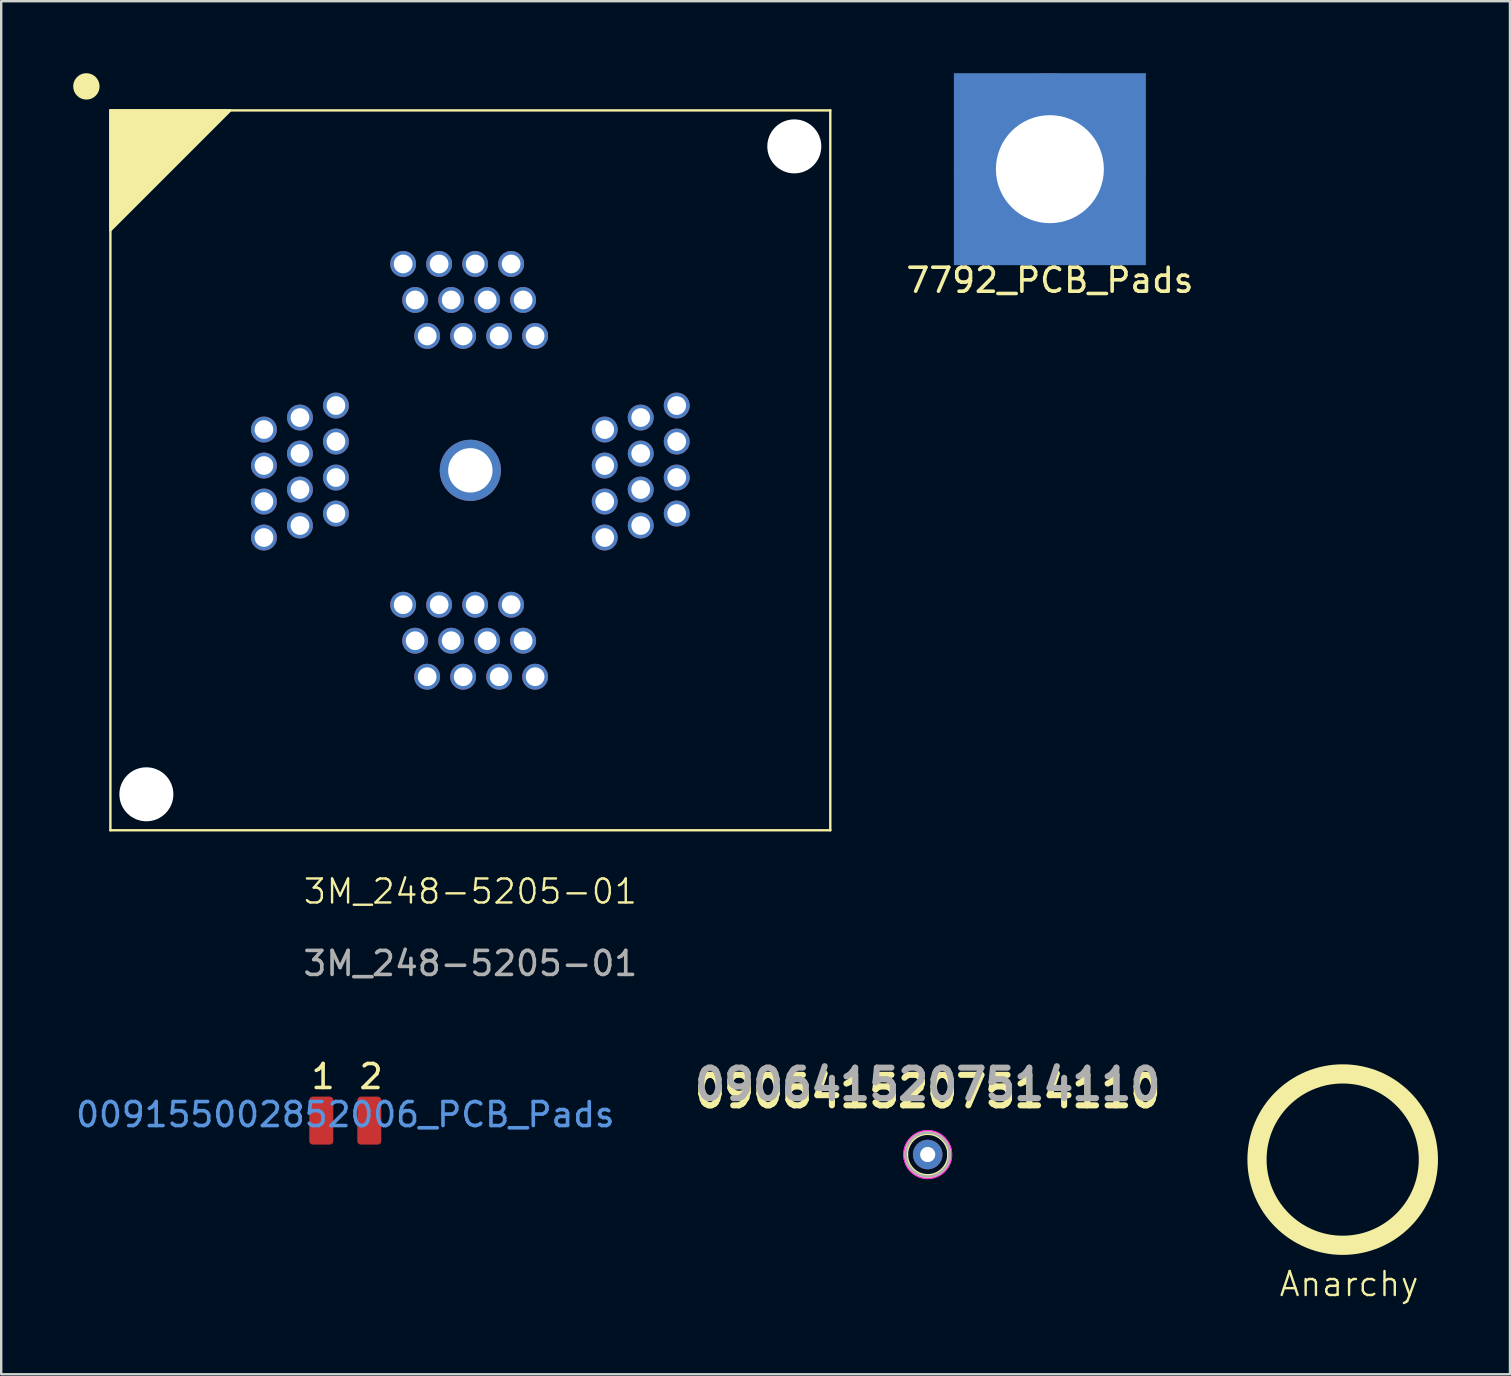
<source format=kicad_pcb>
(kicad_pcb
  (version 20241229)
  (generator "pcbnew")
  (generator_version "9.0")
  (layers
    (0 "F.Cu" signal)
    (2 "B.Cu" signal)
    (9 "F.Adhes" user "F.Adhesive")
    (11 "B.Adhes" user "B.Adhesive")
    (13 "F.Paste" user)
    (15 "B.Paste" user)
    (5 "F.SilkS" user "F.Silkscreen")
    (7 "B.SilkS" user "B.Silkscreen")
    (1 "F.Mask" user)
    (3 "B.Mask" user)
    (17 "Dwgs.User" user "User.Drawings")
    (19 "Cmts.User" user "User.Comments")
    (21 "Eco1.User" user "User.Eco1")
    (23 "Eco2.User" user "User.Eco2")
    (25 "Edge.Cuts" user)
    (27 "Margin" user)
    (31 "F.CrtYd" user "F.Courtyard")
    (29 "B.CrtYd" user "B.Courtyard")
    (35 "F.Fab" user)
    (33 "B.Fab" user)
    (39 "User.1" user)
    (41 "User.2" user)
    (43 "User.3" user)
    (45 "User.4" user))
  (footprint "3M_248-5205-01"
    (layer "F.Cu")
    (at 16.55 16.55)
    (property "Reference" "3M_248-5205-01" (at 0 17.55 0) (unlocked yes) (layer "F.SilkS") (effects (font (size 1 1) (thickness 0.1))))
    (attr through_hole)
    (fp_line (start -15 -15) (end 15 -15) (stroke (width 0.1) (type default)) (layer "F.SilkS"))
    (fp_line (start -15 15) (end -15 -15) (stroke (width 0.1) (type default)) (layer "F.SilkS"))
    (fp_line (start 15 -15) (end 15 15) (stroke (width 0.1) (type default)) (layer "F.SilkS"))
    (fp_line (start 15 15) (end -15 15) (stroke (width 0.1) (type default)) (layer "F.SilkS"))
    (fp_circle (center -16 -16) (end -15.5 -16) (stroke (width 0.1) (type default)) (fill yes) (layer "F.SilkS"))
    (fp_poly (pts (xy -15 -15) (xy -10 -15) (xy -15 -10)) (stroke (width 0.1) (type solid)) (fill yes) (layer "F.SilkS"))
    (fp_text user "${REFERENCE}" (at 0 20.55 0) (unlocked yes) (layer "F.Fab") (effects (font (size 1 1) (thickness 0.15))))
    (pad "" np_thru_hole circle (at -13.5 13.5) (size 2.25 2.25) (drill 2.25) (layers "*.Cu" "*.Mask"))
    (pad "" np_thru_hole circle (at 13.5 -13.5) (size 2.25 2.25) (drill 2.25) (layers "*.Cu" "*.Mask"))
    (pad "1" thru_hole circle (at -5.6 -2.7) (size 1.08 1.08) (drill 0.78) (layers "*.Cu" "*.Mask"))
    (pad "2" thru_hole circle (at -7.1 -2.2) (size 1.08 1.08) (drill 0.78) (layers "*.Cu" "*.Mask"))
    (pad "3" thru_hole circle (at -8.6 -1.7) (size 1.08 1.08) (drill 0.78) (layers "*.Cu" "*.Mask"))
    (pad "4" thru_hole circle (at -5.6 -1.2) (size 1.08 1.08) (drill 0.78) (layers "*.Cu" "*.Mask"))
    (pad "5" thru_hole circle (at -7.1 -0.7) (size 1.08 1.08) (drill 0.78) (layers "*.Cu" "*.Mask"))
    (pad "6" thru_hole circle (at -8.6 -0.2) (size 1.08 1.08) (drill 0.78) (layers "*.Cu" "*.Mask"))
    (pad "7" thru_hole circle (at -5.6 0.3) (size 1.08 1.08) (drill 0.78) (layers "*.Cu" "*.Mask"))
    (pad "8" thru_hole circle (at -7.1 0.8) (size 1.08 1.08) (drill 0.78) (layers "*.Cu" "*.Mask"))
    (pad "9" thru_hole circle (at -8.6 1.3) (size 1.08 1.08) (drill 0.78) (layers "*.Cu" "*.Mask"))
    (pad "10" thru_hole circle (at -5.6 1.8) (size 1.08 1.08) (drill 0.78) (layers "*.Cu" "*.Mask"))
    (pad "11" thru_hole circle (at -7.1 2.3) (size 1.08 1.08) (drill 0.78) (layers "*.Cu" "*.Mask"))
    (pad "12" thru_hole circle (at -8.6 2.8) (size 1.08 1.08) (drill 0.78) (layers "*.Cu" "*.Mask"))
    (pad "13" thru_hole circle (at -2.8 5.6 270) (size 1.08 1.08) (drill 0.78) (layers "*.Cu" "*.Mask"))
    (pad "14" thru_hole circle (at -2.3 7.1 270) (size 1.08 1.08) (drill 0.78) (layers "*.Cu" "*.Mask"))
    (pad "15" thru_hole circle (at -1.8 8.6 270) (size 1.08 1.08) (drill 0.78) (layers "*.Cu" "*.Mask"))
    (pad "16" thru_hole circle (at -1.3 5.6 270) (size 1.08 1.08) (drill 0.78) (layers "*.Cu" "*.Mask"))
    (pad "17" thru_hole circle (at -0.8 7.1 270) (size 1.08 1.08) (drill 0.78) (layers "*.Cu" "*.Mask"))
    (pad "18" thru_hole circle (at -0.3 8.6 270) (size 1.08 1.08) (drill 0.78) (layers "*.Cu" "*.Mask"))
    (pad "19" thru_hole circle (at 0.2 5.6 270) (size 1.08 1.08) (drill 0.78) (layers "*.Cu" "*.Mask"))
    (pad "20" thru_hole circle (at 0.7 7.1 270) (size 1.08 1.08) (drill 0.78) (layers "*.Cu" "*.Mask"))
    (pad "21" thru_hole circle (at 1.2 8.6 270) (size 1.08 1.08) (drill 0.78) (layers "*.Cu" "*.Mask"))
    (pad "22" thru_hole circle (at 1.7 5.6 270) (size 1.08 1.08) (drill 0.78) (layers "*.Cu" "*.Mask"))
    (pad "23" thru_hole circle (at 2.2 7.1 270) (size 1.08 1.08) (drill 0.78) (layers "*.Cu" "*.Mask"))
    (pad "24" thru_hole circle (at 2.7 8.6 270) (size 1.08 1.08) (drill 0.78) (layers "*.Cu" "*.Mask"))
    (pad "25" thru_hole circle (at 5.6 2.8) (size 1.08 1.08) (drill 0.78) (layers "*.Cu" "*.Mask"))
    (pad "26" thru_hole circle (at 7.1 2.3) (size 1.08 1.08) (drill 0.78) (layers "*.Cu" "*.Mask"))
    (pad "27" thru_hole circle (at 8.6 1.8) (size 1.08 1.08) (drill 0.78) (layers "*.Cu" "*.Mask"))
    (pad "28" thru_hole circle (at 5.6 1.3) (size 1.08 1.08) (drill 0.78) (layers "*.Cu" "*.Mask"))
    (pad "29" thru_hole circle (at 7.1 0.8) (size 1.08 1.08) (drill 0.78) (layers "*.Cu" "*.Mask"))
    (pad "30" thru_hole circle (at 8.6 0.3) (size 1.08 1.08) (drill 0.78) (layers "*.Cu" "*.Mask"))
    (pad "31" thru_hole circle (at 5.6 -0.2) (size 1.08 1.08) (drill 0.78) (layers "*.Cu" "*.Mask"))
    (pad "32" thru_hole circle (at 7.1 -0.7) (size 1.08 1.08) (drill 0.78) (layers "*.Cu" "*.Mask"))
    (pad "33" thru_hole circle (at 8.6 -1.2) (size 1.08 1.08) (drill 0.78) (layers "*.Cu" "*.Mask"))
    (pad "34" thru_hole circle (at 5.6 -1.7) (size 1.08 1.08) (drill 0.78) (layers "*.Cu" "*.Mask"))
    (pad "35" thru_hole circle (at 7.1 -2.2) (size 1.08 1.08) (drill 0.78) (layers "*.Cu" "*.Mask"))
    (pad "36" thru_hole circle (at 8.6 -2.7) (size 1.08 1.08) (drill 0.78) (layers "*.Cu" "*.Mask"))
    (pad "37" thru_hole circle (at 2.7 -5.6 270) (size 1.08 1.08) (drill 0.78) (layers "*.Cu" "*.Mask"))
    (pad "38" thru_hole circle (at 2.2 -7.1 270) (size 1.08 1.08) (drill 0.78) (layers "*.Cu" "*.Mask"))
    (pad "39" thru_hole circle (at 1.7 -8.6 270) (size 1.08 1.08) (drill 0.78) (layers "*.Cu" "*.Mask"))
    (pad "40" thru_hole circle (at 1.2 -5.6 270) (size 1.08 1.08) (drill 0.78) (layers "*.Cu" "*.Mask"))
    (pad "41" thru_hole circle (at 0.7 -7.1 270) (size 1.08 1.08) (drill 0.78) (layers "*.Cu" "*.Mask"))
    (pad "42" thru_hole circle (at 0.2 -8.6 270) (size 1.08 1.08) (drill 0.78) (layers "*.Cu" "*.Mask"))
    (pad "43" thru_hole circle (at -0.3 -5.6 270) (size 1.08 1.08) (drill 0.78) (layers "*.Cu" "*.Mask"))
    (pad "44" thru_hole circle (at -0.8 -7.1 270) (size 1.08 1.08) (drill 0.78) (layers "*.Cu" "*.Mask"))
    (pad "45" thru_hole circle (at -1.3 -8.6 270) (size 1.08 1.08) (drill 0.78) (layers "*.Cu" "*.Mask"))
    (pad "46" thru_hole circle (at -1.8 -5.6 270) (size 1.08 1.08) (drill 0.78) (layers "*.Cu" "*.Mask"))
    (pad "47" thru_hole circle (at -2.3 -7.1 270) (size 1.08 1.08) (drill 0.78) (layers "*.Cu" "*.Mask"))
    (pad "48" thru_hole circle (at -2.8 -8.6 270) (size 1.08 1.08) (drill 0.78) (layers "*.Cu" "*.Mask"))
    (pad "49" thru_hole circle (at 0 0) (size 2.55 2.55) (drill 1.85) (layers "*.Cu" "*.Mask")))
  (footprint "0906415207514110"
    (layer "F.Cu")
    (at 35.609 45.062)
    (property "Reference" "0906415207514110" (at 0 -2.625 0) (layer "F.SilkS") (effects (font (size 1.27 1.27) (thickness 0.254))))
    (attr through_hole)
    (fp_line (start -0.914 0) (end -0.914 0) (stroke (width 0.2) (type solid)) (layer "F.SilkS"))
    (fp_line (start 0.914 0) (end 0.914 0) (stroke (width 0.2) (type solid)) (layer "F.SilkS"))
    (fp_arc (start -0.914 0) (mid 0 -0.914) (end 0.914 0) (stroke (width 0.2) (type solid)) (layer "F.SilkS"))
    (fp_arc (start 0.914 0) (mid 0 0.914) (end -0.914 0) (stroke (width 0.2) (type solid)) (layer "F.SilkS"))
    (fp_circle (center 0 0) (end 1 0) (stroke (width 0.05) (type default)) (fill no) (layer "F.CrtYd"))
    (fp_line (start -0.914 0) (end -0.914 0) (stroke (width 0.1) (type solid)) (layer "F.Fab"))
    (fp_line (start 0.914 0) (end 0.914 0) (stroke (width 0.1) (type solid)) (layer "F.Fab"))
    (fp_arc (start -0.914 0) (mid 0 -0.914) (end 0.914 0) (stroke (width 0.1) (type solid)) (layer "F.Fab"))
    (fp_arc (start 0.914 0) (mid 0 0.914) (end -0.914 0) (stroke (width 0.1) (type solid)) (layer "F.Fab"))
    (fp_text user "${REFERENCE}" (at 0 -2.925 0) (layer "F.Fab") (effects (font (size 1.27 1.27) (thickness 0.254))))
    (pad "1" thru_hole circle (at 0 0) (size 1.23 1.23) (drill 0.63) (layers "*.Cu" "*.Mask")))
  (footprint "7792_PCB_Pads"
    (layer "F.Cu")
    (at 40.701 4)
    (property "Reference" "7792_PCB_Pads" (at 0 4.63 0) (unlocked yes) (layer "F.SilkS") (effects (font (size 1 1) (thickness 0.15))))
    (attr exclude_from_pos_files exclude_from_bom allow_missing_courtyard)
    (fp_text user "${REFERENCE}" (at 0 7.63 0) (unlocked yes) (layer "User.6") (effects (font (size 1 1) (thickness 0.15))))
    (pad "1" thru_hole circle (at 0 0) (size 8 8) (drill 4.5) (layers "*.Cu" "*.Mask") (padstack (mode custom) (layer "B.Cu" (shape rect) (size 8 8)))))
  (footprint "009155002852006_PCB_Pads"
    (layer "F.Cu")
    (at 11.339 43.648)
    (property "Reference" "009155002852006_PCB_Pads" (at 0 -0.25 0) (unlocked yes) (layer "Cmts.User") (effects (font (size 1 1) (thickness 0.15))))
    (attr through_hole exclude_from_bom)
    (fp_text user "1" (at -1.5 -1.25 0) (unlocked yes) (layer "F.SilkS") (effects (font (size 1 1) (thickness 0.15)) (justify left bottom)))
    (fp_text user "2" (at 0.5 -1.25 0) (unlocked yes) (layer "F.SilkS") (effects (font (size 1 1) (thickness 0.15)) (justify left bottom)))
    (fp_text user "${REFERENCE}" (at 0 3.75 0) (unlocked yes) (layer "User.6") (effects (font (size 1 1) (thickness 0.15))))
    (pad "1" smd roundrect (at -1 0) (size 1 2) (layers "F.Cu" "F.Mask") (roundrect_rratio 0.15))
    (pad "2" smd roundrect (at 1 0) (size 1 2) (layers "F.Cu" "F.Mask") (roundrect_rratio 0.15)))
  (footprint "Anarchy"
    (layer "F.Cu")
    (at 48.789 41.198)
    (property "Reference" "Anarchy" (at 4.38 9.26 0) (unlocked yes) (layer "F.SilkS") (effects (font (size 1 1) (thickness 0.1))))
    (fp_line (start 2.487 4.458) (end 5.768 4.458) (stroke (width 0.8) (type solid)) (layer "F.Mask"))
    (fp_poly (pts (xy 1.425 5.75) (xy 3.75 0.925) (xy 3.91 0.91) (xy 4.29 0.91) (xy 4.49 0.93) (xy 6.83 5.71) (xy 6.68 5.94) (xy 6.55 6.11) (xy 6.28 6.39) (xy 4.118 1.988) (xy 1.984 6.424) (xy 1.76 6.2) (xy 1.65 6.07) (xy 1.61 6.02) (xy 1.5 5.87) (xy 1.43 5.76)) (stroke (width 0.01) (type solid)) (fill yes) (layer "F.Mask"))
    (fp_circle (center 4.114 4.075) (end 7.685 4.075) (stroke (width 0.8) (type default)) (fill no) (layer "F.SilkS")))
  (gr_rect
    (start -3 -3)
    (end 59.874 54.219)
    (stroke (width 0.1) (type default))
    (fill no)
    (layer "Edge.Cuts")))
</source>
